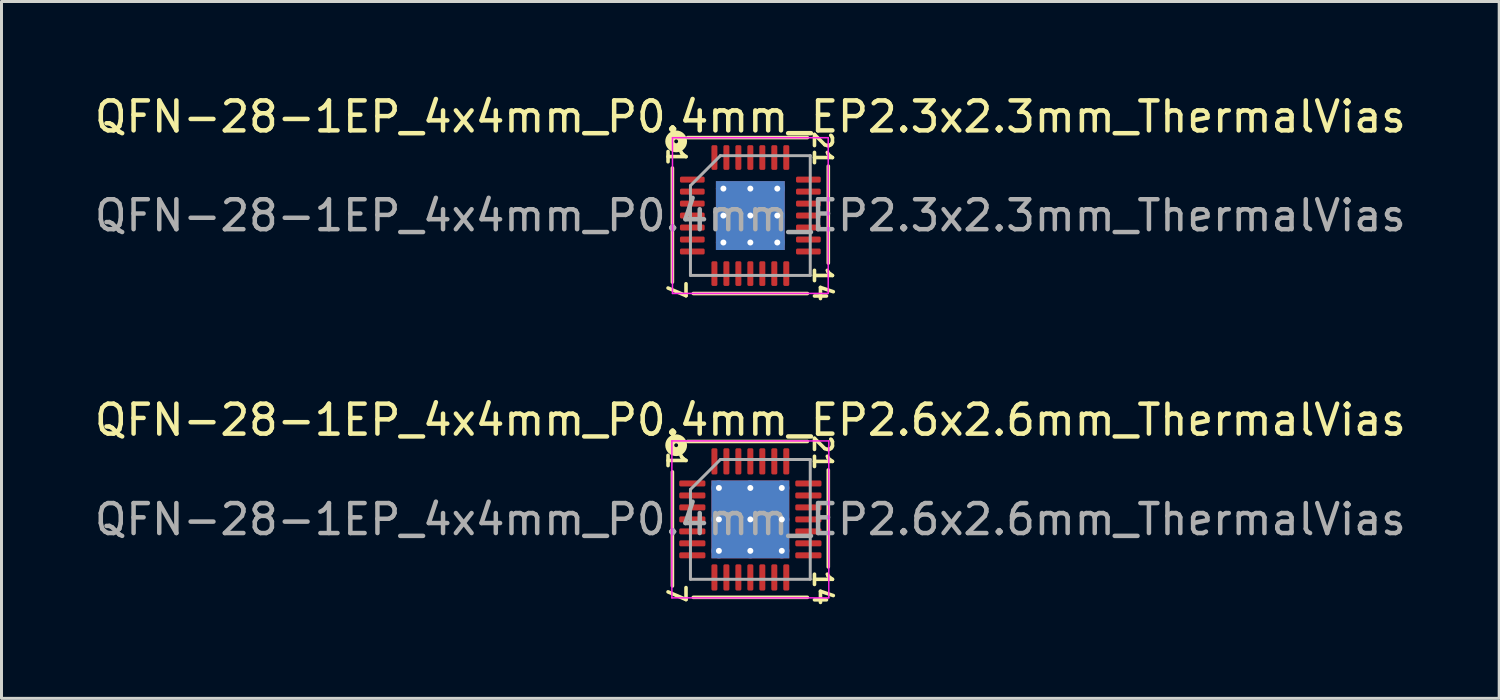
<source format=kicad_pcb>
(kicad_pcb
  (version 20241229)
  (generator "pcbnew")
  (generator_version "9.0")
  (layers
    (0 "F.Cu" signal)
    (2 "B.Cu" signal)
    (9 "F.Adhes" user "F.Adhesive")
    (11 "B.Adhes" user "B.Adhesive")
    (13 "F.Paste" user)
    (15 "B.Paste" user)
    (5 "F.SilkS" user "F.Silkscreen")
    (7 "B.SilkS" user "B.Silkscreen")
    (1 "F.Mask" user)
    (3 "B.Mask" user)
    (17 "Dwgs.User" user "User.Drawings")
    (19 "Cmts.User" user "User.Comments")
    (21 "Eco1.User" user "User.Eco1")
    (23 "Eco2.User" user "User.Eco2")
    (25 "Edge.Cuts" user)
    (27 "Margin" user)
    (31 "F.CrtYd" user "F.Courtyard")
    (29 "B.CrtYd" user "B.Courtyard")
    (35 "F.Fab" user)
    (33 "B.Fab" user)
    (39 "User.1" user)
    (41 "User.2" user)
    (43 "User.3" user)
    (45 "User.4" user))
  (footprint "QFN-28-1EP_4x4mm_P0.4mm_EP2.3x2.3mm_ThermalVias"
    (layer "F.Cu")
    (at 22.006 4.148)
    (property "Reference" "QFN-28-1EP_4x4mm_P0.4mm_EP2.3x2.3mm_ThermalVias" (at 0 -3.3 0) (layer "F.SilkS") (effects (font (size 1 1) (thickness 0.15))))
    (attr smd)
    (fp_line (start -2.603 -1.587) (end -2.603 2.223) (stroke (width 0.12) (type solid)) (layer "F.SilkS"))
    (fp_line (start -1.905 2.603) (end 1.905 2.603) (stroke (width 0.12) (type solid)) (layer "F.SilkS"))
    (fp_line (start 1.905 -2.603) (end -2.095 -2.603) (stroke (width 0.12) (type solid)) (layer "F.SilkS"))
    (fp_line (start 2.603 1.587) (end 2.603 -1.651) (stroke (width 0.12) (type solid)) (layer "F.SilkS"))
    (fp_circle (center -2.477 -2.477) (end -2.413 -2.477) (stroke (width 0.3) (type solid)) (fill no) (layer "F.SilkS"))
    (fp_line (start -2.6 -2.6) (end -2.6 2.6) (stroke (width 0.05) (type solid)) (layer "F.CrtYd"))
    (fp_line (start -2.6 2.6) (end 2.6 2.6) (stroke (width 0.05) (type solid)) (layer "F.CrtYd"))
    (fp_line (start 2.6 -2.6) (end -2.6 -2.6) (stroke (width 0.05) (type solid)) (layer "F.CrtYd"))
    (fp_line (start 2.6 2.6) (end 2.6 -2.6) (stroke (width 0.05) (type solid)) (layer "F.CrtYd"))
    (fp_line (start -2 -1) (end -1 -2) (stroke (width 0.1) (type solid)) (layer "F.Fab"))
    (fp_line (start -2 2) (end -2 -1) (stroke (width 0.1) (type solid)) (layer "F.Fab"))
    (fp_line (start -1 -2) (end 2 -2) (stroke (width 0.1) (type solid)) (layer "F.Fab"))
    (fp_line (start 2 -2) (end 2 2) (stroke (width 0.1) (type solid)) (layer "F.Fab"))
    (fp_line (start 2 2) (end -2 2) (stroke (width 0.1) (type solid)) (layer "F.Fab"))
    (fp_text user "21" (at 2.413 -2.223 270) (unlocked yes) (layer "F.SilkS") (effects (font (size 0.6 0.6) (thickness 0.12))))
    (fp_text user "1" (at -2.477 -1.968 270) (unlocked yes) (layer "F.SilkS") (effects (font (size 0.6 0.6) (thickness 0.12))))
    (fp_text user "7" (at -2.477 2.477 270) (unlocked yes) (layer "F.SilkS") (effects (font (size 0.6 0.6) (thickness 0.12))))
    (fp_text user "14" (at 2.413 2.286 270) (unlocked yes) (layer "F.SilkS") (effects (font (size 0.6 0.6) (thickness 0.12))))
    (fp_text user "${REFERENCE}" (at 0 0 0) (layer "F.Fab") (effects (font (size 1 1) (thickness 0.15))))
    (pad "" smd roundrect (at -0.575 -0.575) (size 1 1) (layers "F.Paste") (roundrect_rratio 0.25))
    (pad "" smd roundrect (at -0.575 0.575) (size 1 1) (layers "F.Paste") (roundrect_rratio 0.25))
    (pad "" smd roundrect (at 0.575 -0.575) (size 1 1) (layers "F.Paste") (roundrect_rratio 0.25))
    (pad "" smd roundrect (at 0.575 0.575) (size 1 1) (layers "F.Paste") (roundrect_rratio 0.25))
    (pad "1" smd roundrect (at -1.938 -1.2) (size 0.825 0.2) (layers "F.Cu" "F.Mask" "F.Paste") (roundrect_rratio 0.25))
    (pad "2" smd roundrect (at -1.938 -0.8) (size 0.825 0.2) (layers "F.Cu" "F.Mask" "F.Paste") (roundrect_rratio 0.25))
    (pad "3" smd roundrect (at -1.938 -0.4) (size 0.825 0.2) (layers "F.Cu" "F.Mask" "F.Paste") (roundrect_rratio 0.25))
    (pad "4" smd roundrect (at -1.938 0) (size 0.825 0.2) (layers "F.Cu" "F.Mask" "F.Paste") (roundrect_rratio 0.25))
    (pad "5" smd roundrect (at -1.938 0.4) (size 0.825 0.2) (layers "F.Cu" "F.Mask" "F.Paste") (roundrect_rratio 0.25))
    (pad "6" smd roundrect (at -1.938 0.8) (size 0.825 0.2) (layers "F.Cu" "F.Mask" "F.Paste") (roundrect_rratio 0.25))
    (pad "7" smd roundrect (at -1.938 1.2) (size 0.825 0.2) (layers "F.Cu" "F.Mask" "F.Paste") (roundrect_rratio 0.25))
    (pad "8" smd roundrect (at -1.2 1.938) (size 0.2 0.825) (layers "F.Cu" "F.Mask" "F.Paste") (roundrect_rratio 0.25))
    (pad "9" smd roundrect (at -0.8 1.938) (size 0.2 0.825) (layers "F.Cu" "F.Mask" "F.Paste") (roundrect_rratio 0.25))
    (pad "10" smd roundrect (at -0.4 1.938) (size 0.2 0.825) (layers "F.Cu" "F.Mask" "F.Paste") (roundrect_rratio 0.25))
    (pad "11" smd roundrect (at 0 1.938) (size 0.2 0.825) (layers "F.Cu" "F.Mask" "F.Paste") (roundrect_rratio 0.25))
    (pad "12" smd roundrect (at 0.4 1.938) (size 0.2 0.825) (layers "F.Cu" "F.Mask" "F.Paste") (roundrect_rratio 0.25))
    (pad "13" smd roundrect (at 0.8 1.938) (size 0.2 0.825) (layers "F.Cu" "F.Mask" "F.Paste") (roundrect_rratio 0.25))
    (pad "14" smd roundrect (at 1.2 1.938) (size 0.2 0.825) (layers "F.Cu" "F.Mask" "F.Paste") (roundrect_rratio 0.25))
    (pad "15" smd roundrect (at 1.938 1.2) (size 0.825 0.2) (layers "F.Cu" "F.Mask" "F.Paste") (roundrect_rratio 0.25))
    (pad "16" smd roundrect (at 1.938 0.8) (size 0.825 0.2) (layers "F.Cu" "F.Mask" "F.Paste") (roundrect_rratio 0.25))
    (pad "17" smd roundrect (at 1.938 0.4) (size 0.825 0.2) (layers "F.Cu" "F.Mask" "F.Paste") (roundrect_rratio 0.25))
    (pad "18" smd roundrect (at 1.938 0) (size 0.825 0.2) (layers "F.Cu" "F.Mask" "F.Paste") (roundrect_rratio 0.25))
    (pad "19" smd roundrect (at 1.938 -0.4) (size 0.825 0.2) (layers "F.Cu" "F.Mask" "F.Paste") (roundrect_rratio 0.25))
    (pad "20" smd roundrect (at 1.938 -0.8) (size 0.825 0.2) (layers "F.Cu" "F.Mask" "F.Paste") (roundrect_rratio 0.25))
    (pad "21" smd roundrect (at 1.938 -1.2) (size 0.825 0.2) (layers "F.Cu" "F.Mask" "F.Paste") (roundrect_rratio 0.25))
    (pad "22" smd roundrect (at 1.2 -1.938) (size 0.2 0.825) (layers "F.Cu" "F.Mask" "F.Paste") (roundrect_rratio 0.25))
    (pad "23" smd roundrect (at 0.8 -1.938) (size 0.2 0.825) (layers "F.Cu" "F.Mask" "F.Paste") (roundrect_rratio 0.25))
    (pad "24" smd roundrect (at 0.4 -1.938) (size 0.2 0.825) (layers "F.Cu" "F.Mask" "F.Paste") (roundrect_rratio 0.25))
    (pad "25" smd roundrect (at 0 -1.938) (size 0.2 0.825) (layers "F.Cu" "F.Mask" "F.Paste") (roundrect_rratio 0.25))
    (pad "26" smd roundrect (at -0.4 -1.938) (size 0.2 0.825) (layers "F.Cu" "F.Mask" "F.Paste") (roundrect_rratio 0.25))
    (pad "27" smd roundrect (at -0.8 -1.938) (size 0.2 0.825) (layers "F.Cu" "F.Mask" "F.Paste") (roundrect_rratio 0.25))
    (pad "28" smd roundrect (at -1.2 -1.938) (size 0.2 0.825) (layers "F.Cu" "F.Mask" "F.Paste") (roundrect_rratio 0.25))
    (pad "29" thru_hole circle (at -0.9 -0.9) (size 0.5 0.5) (drill 0.2) (layers "*.Cu"))
    (pad "29" thru_hole circle (at -0.9 0) (size 0.5 0.5) (drill 0.2) (layers "*.Cu"))
    (pad "29" thru_hole circle (at -0.9 0.9) (size 0.5 0.5) (drill 0.2) (layers "*.Cu"))
    (pad "29" thru_hole circle (at 0 -0.9) (size 0.5 0.5) (drill 0.2) (layers "*.Cu"))
    (pad "29" thru_hole circle (at 0 0) (size 0.5 0.5) (drill 0.2) (layers "*.Cu"))
    (pad "29" smd rect (at 0 0) (size 2.3 2.3) (layers "F.Cu" "F.Mask"))
    (pad "29" smd rect (at 0 0) (size 2.3 2.3) (layers "B.Cu" "B.Mask"))
    (pad "29" thru_hole circle (at 0 0.9) (size 0.5 0.5) (drill 0.2) (layers "*.Cu"))
    (pad "29" thru_hole circle (at 0.9 -0.9) (size 0.5 0.5) (drill 0.2) (layers "*.Cu"))
    (pad "29" thru_hole circle (at 0.9 0) (size 0.5 0.5) (drill 0.2) (layers "*.Cu"))
    (pad "29" thru_hole circle (at 0.9 0.9) (size 0.5 0.5) (drill 0.2) (layers "*.Cu")))
  (footprint "QFN-28-1EP_4x4mm_P0.4mm_EP2.6x2.6mm_ThermalVias"
    (layer "F.Cu")
    (at 22.006 14.294)
    (property "Reference" "QFN-28-1EP_4x4mm_P0.4mm_EP2.6x2.6mm_ThermalVias" (at 0 -3.32 0) (layer "F.SilkS") (effects (font (size 1 1) (thickness 0.15))))
    (attr smd)
    (fp_line (start -2.603 -1.587) (end -2.603 2.223) (stroke (width 0.12) (type solid)) (layer "F.SilkS"))
    (fp_line (start -1.905 2.603) (end 1.905 2.603) (stroke (width 0.12) (type solid)) (layer "F.SilkS"))
    (fp_line (start 1.905 -2.603) (end -2.095 -2.603) (stroke (width 0.12) (type solid)) (layer "F.SilkS"))
    (fp_line (start 2.603 1.587) (end 2.603 -1.651) (stroke (width 0.12) (type solid)) (layer "F.SilkS"))
    (fp_circle (center -2.477 -2.477) (end -2.413 -2.477) (stroke (width 0.3) (type solid)) (fill no) (layer "F.SilkS"))
    (fp_line (start -2.62 -2.62) (end -2.62 2.62) (stroke (width 0.05) (type solid)) (layer "F.CrtYd"))
    (fp_line (start -2.62 2.62) (end 2.62 2.62) (stroke (width 0.05) (type solid)) (layer "F.CrtYd"))
    (fp_line (start 2.62 -2.62) (end -2.62 -2.62) (stroke (width 0.05) (type solid)) (layer "F.CrtYd"))
    (fp_line (start 2.62 2.62) (end 2.62 -2.62) (stroke (width 0.05) (type solid)) (layer "F.CrtYd"))
    (fp_line (start -2 -1) (end -1 -2) (stroke (width 0.1) (type solid)) (layer "F.Fab"))
    (fp_line (start -2 2) (end -2 -1) (stroke (width 0.1) (type solid)) (layer "F.Fab"))
    (fp_line (start -1 -2) (end 2 -2) (stroke (width 0.1) (type solid)) (layer "F.Fab"))
    (fp_line (start 2 -2) (end 2 2) (stroke (width 0.1) (type solid)) (layer "F.Fab"))
    (fp_line (start 2 2) (end -2 2) (stroke (width 0.1) (type solid)) (layer "F.Fab"))
    (fp_text user "21" (at 2.413 -2.223 270) (unlocked yes) (layer "F.SilkS") (effects (font (size 0.6 0.6) (thickness 0.12))))
    (fp_text user "1" (at -2.477 -1.968 270) (unlocked yes) (layer "F.SilkS") (effects (font (size 0.6 0.6) (thickness 0.12))))
    (fp_text user "7" (at -2.477 2.477 270) (unlocked yes) (layer "F.SilkS") (effects (font (size 0.6 0.6) (thickness 0.12))))
    (fp_text user "14" (at 2.413 2.286 270) (unlocked yes) (layer "F.SilkS") (effects (font (size 0.6 0.6) (thickness 0.12))))
    (fp_text user "${REFERENCE}" (at 0 0 0) (layer "F.Fab") (effects (font (size 1 1) (thickness 0.15))))
    (pad "" smd roundrect (at -0.65 -0.65) (size 1.13 1.13) (layers "F.Paste") (roundrect_rratio 0.221))
    (pad "" smd roundrect (at -0.65 0.65) (size 1.13 1.13) (layers "F.Paste") (roundrect_rratio 0.221))
    (pad "" smd roundrect (at 0.65 -0.65) (size 1.13 1.13) (layers "F.Paste") (roundrect_rratio 0.221))
    (pad "" smd roundrect (at 0.65 0.65) (size 1.13 1.13) (layers "F.Paste") (roundrect_rratio 0.221))
    (pad "1" smd roundrect (at -1.938 -1.2) (size 0.875 0.2) (layers "F.Cu" "F.Mask" "F.Paste") (roundrect_rratio 0.25))
    (pad "2" smd roundrect (at -1.938 -0.8) (size 0.875 0.2) (layers "F.Cu" "F.Mask" "F.Paste") (roundrect_rratio 0.25))
    (pad "3" smd roundrect (at -1.938 -0.4) (size 0.875 0.2) (layers "F.Cu" "F.Mask" "F.Paste") (roundrect_rratio 0.25))
    (pad "4" smd roundrect (at -1.938 0) (size 0.875 0.2) (layers "F.Cu" "F.Mask" "F.Paste") (roundrect_rratio 0.25))
    (pad "5" smd roundrect (at -1.938 0.4) (size 0.875 0.2) (layers "F.Cu" "F.Mask" "F.Paste") (roundrect_rratio 0.25))
    (pad "6" smd roundrect (at -1.938 0.8) (size 0.875 0.2) (layers "F.Cu" "F.Mask" "F.Paste") (roundrect_rratio 0.25))
    (pad "7" smd roundrect (at -1.938 1.2) (size 0.875 0.2) (layers "F.Cu" "F.Mask" "F.Paste") (roundrect_rratio 0.25))
    (pad "8" smd roundrect (at -1.2 1.938) (size 0.2 0.875) (layers "F.Cu" "F.Mask" "F.Paste") (roundrect_rratio 0.25))
    (pad "9" smd roundrect (at -0.8 1.938) (size 0.2 0.875) (layers "F.Cu" "F.Mask" "F.Paste") (roundrect_rratio 0.25))
    (pad "10" smd roundrect (at -0.4 1.938) (size 0.2 0.875) (layers "F.Cu" "F.Mask" "F.Paste") (roundrect_rratio 0.25))
    (pad "11" smd roundrect (at 0 1.938) (size 0.2 0.875) (layers "F.Cu" "F.Mask" "F.Paste") (roundrect_rratio 0.25))
    (pad "12" smd roundrect (at 0.4 1.938) (size 0.2 0.875) (layers "F.Cu" "F.Mask" "F.Paste") (roundrect_rratio 0.25))
    (pad "13" smd roundrect (at 0.8 1.938) (size 0.2 0.875) (layers "F.Cu" "F.Mask" "F.Paste") (roundrect_rratio 0.25))
    (pad "14" smd roundrect (at 1.2 1.938) (size 0.2 0.875) (layers "F.Cu" "F.Mask" "F.Paste") (roundrect_rratio 0.25))
    (pad "15" smd roundrect (at 1.938 1.2) (size 0.875 0.2) (layers "F.Cu" "F.Mask" "F.Paste") (roundrect_rratio 0.25))
    (pad "16" smd roundrect (at 1.938 0.8) (size 0.875 0.2) (layers "F.Cu" "F.Mask" "F.Paste") (roundrect_rratio 0.25))
    (pad "17" smd roundrect (at 1.938 0.4) (size 0.875 0.2) (layers "F.Cu" "F.Mask" "F.Paste") (roundrect_rratio 0.25))
    (pad "18" smd roundrect (at 1.938 0) (size 0.875 0.2) (layers "F.Cu" "F.Mask" "F.Paste") (roundrect_rratio 0.25))
    (pad "19" smd roundrect (at 1.938 -0.4) (size 0.875 0.2) (layers "F.Cu" "F.Mask" "F.Paste") (roundrect_rratio 0.25))
    (pad "20" smd roundrect (at 1.938 -0.8) (size 0.875 0.2) (layers "F.Cu" "F.Mask" "F.Paste") (roundrect_rratio 0.25))
    (pad "21" smd roundrect (at 1.938 -1.2) (size 0.875 0.2) (layers "F.Cu" "F.Mask" "F.Paste") (roundrect_rratio 0.25))
    (pad "22" smd roundrect (at 1.2 -1.938) (size 0.2 0.875) (layers "F.Cu" "F.Mask" "F.Paste") (roundrect_rratio 0.25))
    (pad "23" smd roundrect (at 0.8 -1.938) (size 0.2 0.875) (layers "F.Cu" "F.Mask" "F.Paste") (roundrect_rratio 0.25))
    (pad "24" smd roundrect (at 0.4 -1.938) (size 0.2 0.875) (layers "F.Cu" "F.Mask" "F.Paste") (roundrect_rratio 0.25))
    (pad "25" smd roundrect (at 0 -1.938) (size 0.2 0.875) (layers "F.Cu" "F.Mask" "F.Paste") (roundrect_rratio 0.25))
    (pad "26" smd roundrect (at -0.4 -1.938) (size 0.2 0.875) (layers "F.Cu" "F.Mask" "F.Paste") (roundrect_rratio 0.25))
    (pad "27" smd roundrect (at -0.8 -1.938) (size 0.2 0.875) (layers "F.Cu" "F.Mask" "F.Paste") (roundrect_rratio 0.25))
    (pad "28" smd roundrect (at -1.2 -1.938) (size 0.2 0.875) (layers "F.Cu" "F.Mask" "F.Paste") (roundrect_rratio 0.25))
    (pad "29" thru_hole circle (at -1.05 -1.05) (size 0.5 0.5) (drill 0.2) (layers "*.Cu"))
    (pad "29" thru_hole circle (at -1.05 0) (size 0.5 0.5) (drill 0.2) (layers "*.Cu"))
    (pad "29" thru_hole circle (at -1.05 1.05) (size 0.5 0.5) (drill 0.2) (layers "*.Cu"))
    (pad "29" thru_hole circle (at 0 -1.05) (size 0.5 0.5) (drill 0.2) (layers "*.Cu"))
    (pad "29" thru_hole circle (at 0 0) (size 0.5 0.5) (drill 0.2) (layers "*.Cu"))
    (pad "29" smd rect (at 0 0) (size 2.6 2.6) (layers "F.Cu" "F.Mask"))
    (pad "29" smd rect (at 0 0) (size 2.6 2.6) (layers "B.Cu" "B.Mask"))
    (pad "29" thru_hole circle (at 0 1.05) (size 0.5 0.5) (drill 0.2) (layers "*.Cu"))
    (pad "29" thru_hole circle (at 1.05 -1.05) (size 0.5 0.5) (drill 0.2) (layers "*.Cu"))
    (pad "29" thru_hole circle (at 1.05 0) (size 0.5 0.5) (drill 0.2) (layers "*.Cu"))
    (pad "29" thru_hole circle (at 1.05 1.05) (size 0.5 0.5) (drill 0.2) (layers "*.Cu")))
  (gr_rect
    (start -3 -3)
    (end 47.012 20.271)
    (stroke (width 0.1) (type default))
    (fill no)
    (layer "Edge.Cuts")))
</source>
